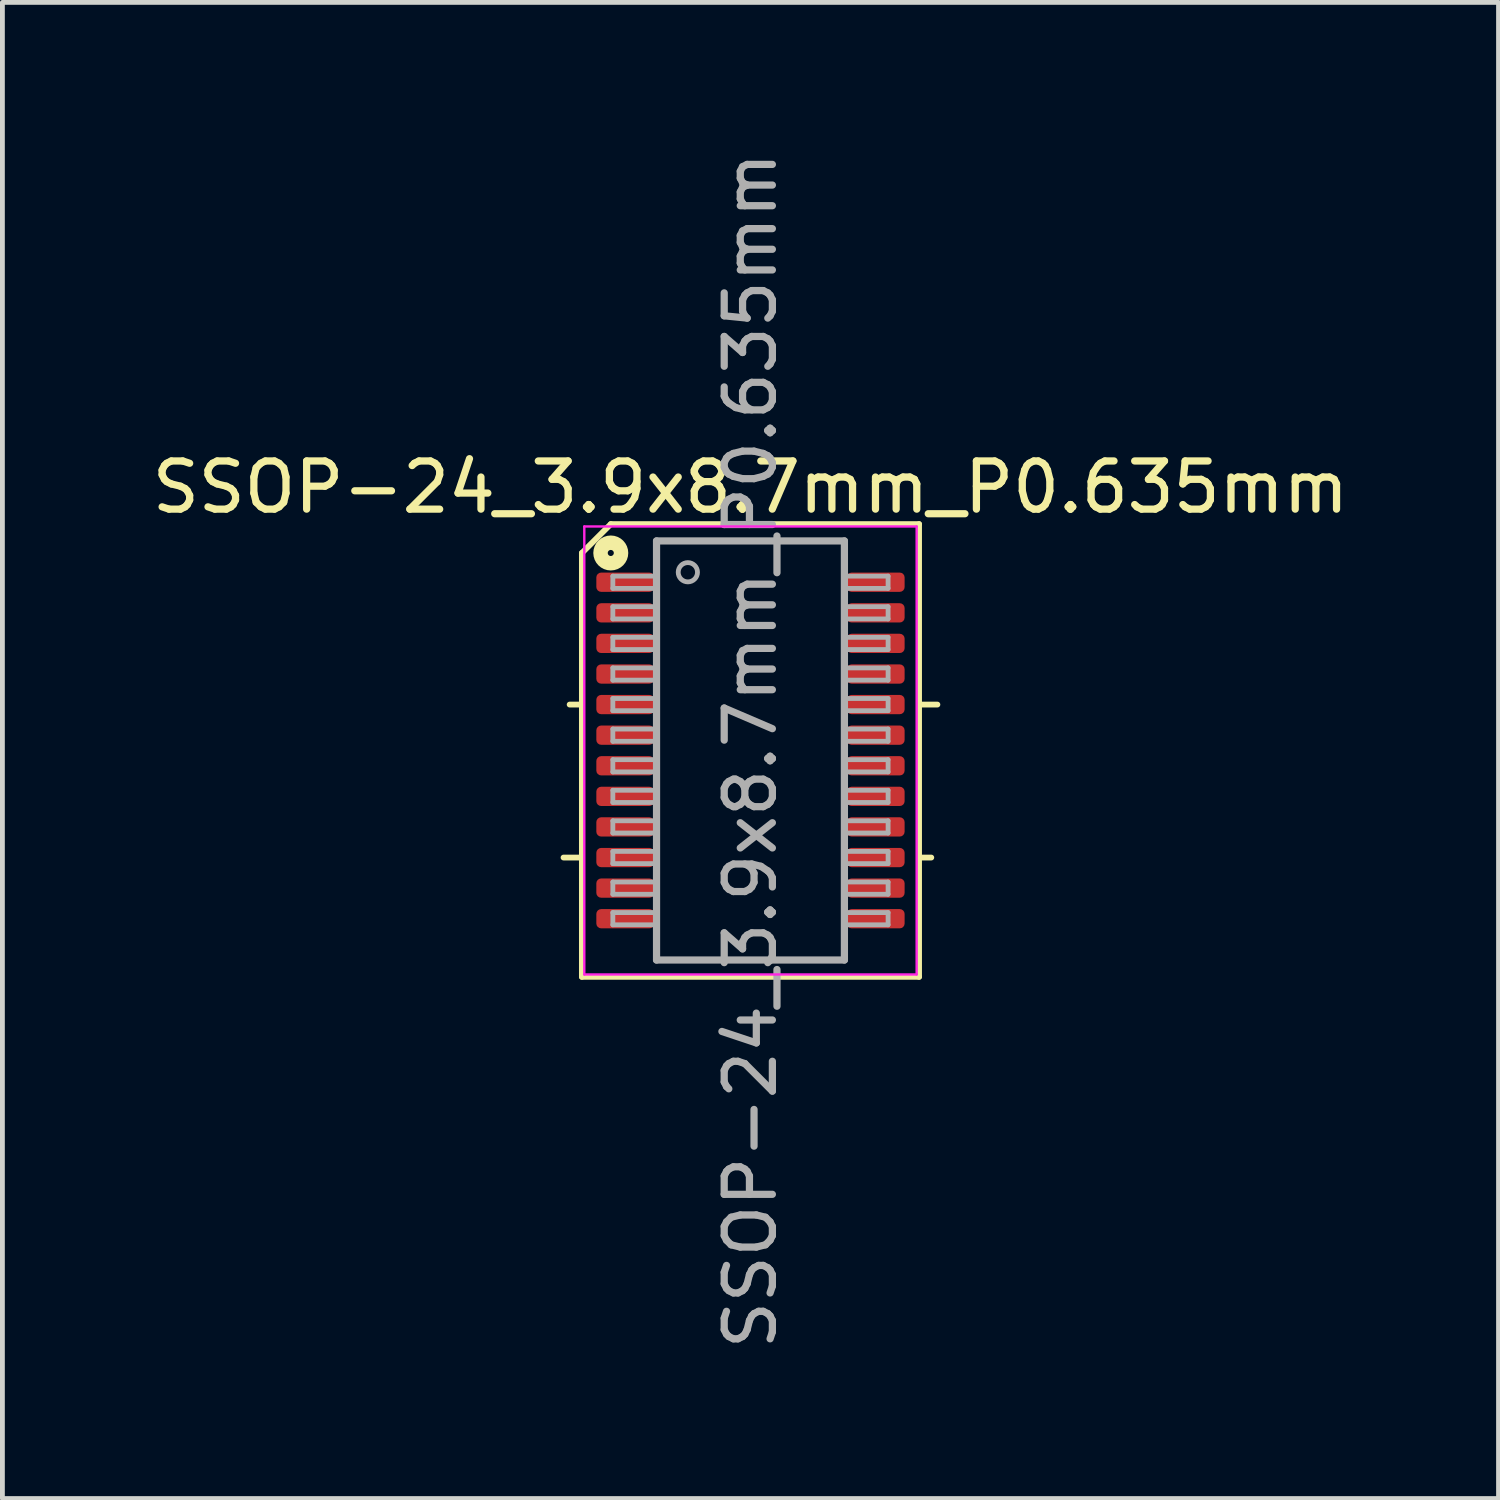
<source format=kicad_pcb>
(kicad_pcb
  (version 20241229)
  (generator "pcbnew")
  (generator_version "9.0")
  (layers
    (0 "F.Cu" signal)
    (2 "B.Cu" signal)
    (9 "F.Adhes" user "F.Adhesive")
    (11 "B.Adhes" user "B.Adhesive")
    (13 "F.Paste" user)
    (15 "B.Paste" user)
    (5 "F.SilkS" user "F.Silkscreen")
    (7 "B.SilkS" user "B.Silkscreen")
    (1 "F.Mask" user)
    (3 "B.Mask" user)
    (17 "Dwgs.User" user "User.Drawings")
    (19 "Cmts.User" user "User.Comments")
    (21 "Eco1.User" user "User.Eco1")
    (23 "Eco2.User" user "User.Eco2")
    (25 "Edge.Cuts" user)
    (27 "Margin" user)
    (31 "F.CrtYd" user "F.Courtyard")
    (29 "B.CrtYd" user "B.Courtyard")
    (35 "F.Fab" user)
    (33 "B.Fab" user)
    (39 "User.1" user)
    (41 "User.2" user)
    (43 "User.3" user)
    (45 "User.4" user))
  (footprint "SSOP-24_3.9x8.7mm_P0.635mm"
    (layer "F.Cu")
    (at 12.53 12.53)
    (property "Reference" "SSOP-24_3.9x8.7mm_P0.635mm" (at 0 -5.465 0) (layer "F.SilkS") (effects (font (size 1 1) (thickness 0.15))))
    (attr smd)
    (fp_line (start -3.5 -4.1) (end -3.5 4.7) (stroke (width 0.12) (type solid)) (layer "F.SilkS"))
    (fp_line (start -3.5 -4.1) (end -2.9 -4.7) (stroke (width 0.12) (type solid)) (layer "F.SilkS"))
    (fp_line (start -3.5 -0.953) (end -3.754 -0.953) (stroke (width 0.12) (type solid)) (layer "F.SilkS"))
    (fp_line (start -3.5 2.223) (end -3.881 2.223) (stroke (width 0.12) (type solid)) (layer "F.SilkS"))
    (fp_line (start -3.5 4.7) (end 3.5 4.7) (stroke (width 0.12) (type solid)) (layer "F.SilkS"))
    (fp_line (start 3.5 -4.7) (end -2.9 -4.7) (stroke (width 0.12) (type solid)) (layer "F.SilkS"))
    (fp_line (start 3.5 -0.953) (end 3.881 -0.953) (stroke (width 0.12) (type solid)) (layer "F.SilkS"))
    (fp_line (start 3.5 2.223) (end 3.754 2.223) (stroke (width 0.12) (type solid)) (layer "F.SilkS"))
    (fp_line (start 3.5 4.7) (end 3.5 -4.7) (stroke (width 0.12) (type solid)) (layer "F.SilkS"))
    (fp_circle (center -2.9 -4.1) (end -2.837 -4.1) (stroke (width 0.3) (type solid)) (fill no) (layer "F.SilkS"))
    (fp_line (start -3.45 -4.65) (end -3.45 4.65) (stroke (width 0.05) (type solid)) (layer "F.CrtYd"))
    (fp_line (start -3.45 -4.65) (end 3.45 -4.65) (stroke (width 0.05) (type solid)) (layer "F.CrtYd"))
    (fp_line (start -3.45 4.65) (end 3.45 4.65) (stroke (width 0.05) (type solid)) (layer "F.CrtYd"))
    (fp_line (start 3.45 -4.65) (end 3.45 4.65) (stroke (width 0.05) (type solid)) (layer "F.CrtYd"))
    (fp_line (start -2.857 -3.619) (end -2.857 -3.365) (stroke (width 0.1) (type solid)) (layer "F.Fab"))
    (fp_line (start -2.857 -3.619) (end -1.968 -3.619) (stroke (width 0.1) (type solid)) (layer "F.Fab"))
    (fp_line (start -2.857 -3.365) (end -1.968 -3.365) (stroke (width 0.1) (type solid)) (layer "F.Fab"))
    (fp_line (start -2.857 -2.985) (end -2.857 -2.731) (stroke (width 0.1) (type solid)) (layer "F.Fab"))
    (fp_line (start -2.857 -2.985) (end -1.968 -2.985) (stroke (width 0.1) (type solid)) (layer "F.Fab"))
    (fp_line (start -2.857 -2.731) (end -1.968 -2.731) (stroke (width 0.1) (type solid)) (layer "F.Fab"))
    (fp_line (start -2.857 -2.349) (end -2.857 -2.095) (stroke (width 0.1) (type solid)) (layer "F.Fab"))
    (fp_line (start -2.857 -2.349) (end -1.968 -2.349) (stroke (width 0.1) (type solid)) (layer "F.Fab"))
    (fp_line (start -2.857 -2.095) (end -1.968 -2.095) (stroke (width 0.1) (type solid)) (layer "F.Fab"))
    (fp_line (start -2.857 -1.714) (end -2.857 -1.46) (stroke (width 0.1) (type solid)) (layer "F.Fab"))
    (fp_line (start -2.857 -1.714) (end -1.968 -1.714) (stroke (width 0.1) (type solid)) (layer "F.Fab"))
    (fp_line (start -2.857 -1.46) (end -1.968 -1.46) (stroke (width 0.1) (type solid)) (layer "F.Fab"))
    (fp_line (start -2.857 -1.079) (end -2.857 -0.826) (stroke (width 0.1) (type solid)) (layer "F.Fab"))
    (fp_line (start -2.857 -1.079) (end -1.968 -1.079) (stroke (width 0.1) (type solid)) (layer "F.Fab"))
    (fp_line (start -2.857 -0.826) (end -1.968 -0.826) (stroke (width 0.1) (type solid)) (layer "F.Fab"))
    (fp_line (start -2.857 -0.445) (end -2.857 -0.191) (stroke (width 0.1) (type solid)) (layer "F.Fab"))
    (fp_line (start -2.857 -0.445) (end -1.968 -0.445) (stroke (width 0.1) (type solid)) (layer "F.Fab"))
    (fp_line (start -2.857 -0.191) (end -1.968 -0.191) (stroke (width 0.1) (type solid)) (layer "F.Fab"))
    (fp_line (start -2.857 0.191) (end -2.857 0.445) (stroke (width 0.1) (type solid)) (layer "F.Fab"))
    (fp_line (start -2.857 0.191) (end -1.968 0.191) (stroke (width 0.1) (type solid)) (layer "F.Fab"))
    (fp_line (start -2.857 0.445) (end -1.968 0.445) (stroke (width 0.1) (type solid)) (layer "F.Fab"))
    (fp_line (start -2.857 0.826) (end -2.857 1.079) (stroke (width 0.1) (type solid)) (layer "F.Fab"))
    (fp_line (start -2.857 0.826) (end -1.968 0.826) (stroke (width 0.1) (type solid)) (layer "F.Fab"))
    (fp_line (start -2.857 1.079) (end -1.968 1.079) (stroke (width 0.1) (type solid)) (layer "F.Fab"))
    (fp_line (start -2.857 1.46) (end -2.857 1.714) (stroke (width 0.1) (type solid)) (layer "F.Fab"))
    (fp_line (start -2.857 1.46) (end -1.968 1.46) (stroke (width 0.1) (type solid)) (layer "F.Fab"))
    (fp_line (start -2.857 1.714) (end -1.968 1.714) (stroke (width 0.1) (type solid)) (layer "F.Fab"))
    (fp_line (start -2.857 2.095) (end -2.857 2.349) (stroke (width 0.1) (type solid)) (layer "F.Fab"))
    (fp_line (start -2.857 2.095) (end -1.968 2.095) (stroke (width 0.1) (type solid)) (layer "F.Fab"))
    (fp_line (start -2.857 2.349) (end -1.968 2.349) (stroke (width 0.1) (type solid)) (layer "F.Fab"))
    (fp_line (start -2.857 2.731) (end -2.857 2.985) (stroke (width 0.1) (type solid)) (layer "F.Fab"))
    (fp_line (start -2.857 2.731) (end -1.968 2.731) (stroke (width 0.1) (type solid)) (layer "F.Fab"))
    (fp_line (start -2.857 2.985) (end -1.968 2.985) (stroke (width 0.1) (type solid)) (layer "F.Fab"))
    (fp_line (start -2.857 3.365) (end -2.857 3.619) (stroke (width 0.1) (type solid)) (layer "F.Fab"))
    (fp_line (start -2.857 3.365) (end -1.968 3.365) (stroke (width 0.1) (type solid)) (layer "F.Fab"))
    (fp_line (start -2.857 3.619) (end -1.968 3.619) (stroke (width 0.1) (type solid)) (layer "F.Fab"))
    (fp_line (start -1.95 -4.35) (end 1.95 -4.35) (stroke (width 0.15) (type solid)) (layer "F.Fab"))
    (fp_line (start -1.95 4.35) (end -1.95 -4.35) (stroke (width 0.15) (type solid)) (layer "F.Fab"))
    (fp_line (start 1.95 -4.35) (end 1.95 4.35) (stroke (width 0.15) (type solid)) (layer "F.Fab"))
    (fp_line (start 1.95 4.35) (end -1.95 4.35) (stroke (width 0.15) (type solid)) (layer "F.Fab"))
    (fp_line (start 2.857 -3.619) (end 1.968 -3.619) (stroke (width 0.1) (type solid)) (layer "F.Fab"))
    (fp_line (start 2.857 -3.365) (end 1.968 -3.365) (stroke (width 0.1) (type solid)) (layer "F.Fab"))
    (fp_line (start 2.857 -3.365) (end 2.857 -3.619) (stroke (width 0.1) (type solid)) (layer "F.Fab"))
    (fp_line (start 2.857 -2.985) (end 1.968 -2.985) (stroke (width 0.1) (type solid)) (layer "F.Fab"))
    (fp_line (start 2.857 -2.731) (end 1.968 -2.731) (stroke (width 0.1) (type solid)) (layer "F.Fab"))
    (fp_line (start 2.857 -2.731) (end 2.857 -2.985) (stroke (width 0.1) (type solid)) (layer "F.Fab"))
    (fp_line (start 2.857 -2.349) (end 1.968 -2.349) (stroke (width 0.1) (type solid)) (layer "F.Fab"))
    (fp_line (start 2.857 -2.095) (end 1.968 -2.095) (stroke (width 0.1) (type solid)) (layer "F.Fab"))
    (fp_line (start 2.857 -2.095) (end 2.857 -2.349) (stroke (width 0.1) (type solid)) (layer "F.Fab"))
    (fp_line (start 2.857 -1.714) (end 1.968 -1.714) (stroke (width 0.1) (type solid)) (layer "F.Fab"))
    (fp_line (start 2.857 -1.46) (end 1.968 -1.46) (stroke (width 0.1) (type solid)) (layer "F.Fab"))
    (fp_line (start 2.857 -1.46) (end 2.857 -1.714) (stroke (width 0.1) (type solid)) (layer "F.Fab"))
    (fp_line (start 2.857 -1.079) (end 1.968 -1.079) (stroke (width 0.1) (type solid)) (layer "F.Fab"))
    (fp_line (start 2.857 -0.826) (end 1.968 -0.826) (stroke (width 0.1) (type solid)) (layer "F.Fab"))
    (fp_line (start 2.857 -0.826) (end 2.857 -1.079) (stroke (width 0.1) (type solid)) (layer "F.Fab"))
    (fp_line (start 2.857 -0.445) (end 1.968 -0.445) (stroke (width 0.1) (type solid)) (layer "F.Fab"))
    (fp_line (start 2.857 -0.191) (end 1.968 -0.191) (stroke (width 0.1) (type solid)) (layer "F.Fab"))
    (fp_line (start 2.857 -0.191) (end 2.857 -0.445) (stroke (width 0.1) (type solid)) (layer "F.Fab"))
    (fp_line (start 2.857 0.191) (end 1.968 0.191) (stroke (width 0.1) (type solid)) (layer "F.Fab"))
    (fp_line (start 2.857 0.445) (end 1.968 0.445) (stroke (width 0.1) (type solid)) (layer "F.Fab"))
    (fp_line (start 2.857 0.445) (end 2.857 0.191) (stroke (width 0.1) (type solid)) (layer "F.Fab"))
    (fp_line (start 2.857 0.826) (end 1.968 0.826) (stroke (width 0.1) (type solid)) (layer "F.Fab"))
    (fp_line (start 2.857 1.079) (end 1.968 1.079) (stroke (width 0.1) (type solid)) (layer "F.Fab"))
    (fp_line (start 2.857 1.079) (end 2.857 0.826) (stroke (width 0.1) (type solid)) (layer "F.Fab"))
    (fp_line (start 2.857 1.46) (end 1.968 1.46) (stroke (width 0.1) (type solid)) (layer "F.Fab"))
    (fp_line (start 2.857 1.714) (end 1.968 1.714) (stroke (width 0.1) (type solid)) (layer "F.Fab"))
    (fp_line (start 2.857 1.714) (end 2.857 1.46) (stroke (width 0.1) (type solid)) (layer "F.Fab"))
    (fp_line (start 2.857 2.095) (end 1.968 2.095) (stroke (width 0.1) (type solid)) (layer "F.Fab"))
    (fp_line (start 2.857 2.349) (end 1.968 2.349) (stroke (width 0.1) (type solid)) (layer "F.Fab"))
    (fp_line (start 2.857 2.349) (end 2.857 2.095) (stroke (width 0.1) (type solid)) (layer "F.Fab"))
    (fp_line (start 2.857 2.731) (end 1.968 2.731) (stroke (width 0.1) (type solid)) (layer "F.Fab"))
    (fp_line (start 2.857 2.985) (end 1.968 2.985) (stroke (width 0.1) (type solid)) (layer "F.Fab"))
    (fp_line (start 2.857 2.985) (end 2.857 2.731) (stroke (width 0.1) (type solid)) (layer "F.Fab"))
    (fp_line (start 2.857 3.365) (end 1.968 3.365) (stroke (width 0.1) (type solid)) (layer "F.Fab"))
    (fp_line (start 2.857 3.619) (end 1.968 3.619) (stroke (width 0.1) (type solid)) (layer "F.Fab"))
    (fp_line (start 2.857 3.619) (end 2.857 3.365) (stroke (width 0.1) (type solid)) (layer "F.Fab"))
    (fp_circle (center -1.3 -3.7) (end -1.1 -3.7) (stroke (width 0.1) (type solid)) (fill no) (layer "F.Fab"))
    (fp_text user "${REFERENCE}" (at 0 0 90) (layer "F.Fab") (effects (font (size 1 1) (thickness 0.15))))
    (pad "1" smd roundrect (at -2.6 -3.493) (size 1.2 0.4) (layers "F.Cu" "F.Mask" "F.Paste") (roundrect_rratio 0.25))
    (pad "2" smd roundrect (at -2.6 -2.857) (size 1.2 0.4) (layers "F.Cu" "F.Mask" "F.Paste") (roundrect_rratio 0.25))
    (pad "3" smd roundrect (at -2.6 -2.223) (size 1.2 0.4) (layers "F.Cu" "F.Mask" "F.Paste") (roundrect_rratio 0.25))
    (pad "4" smd roundrect (at -2.6 -1.587) (size 1.2 0.4) (layers "F.Cu" "F.Mask" "F.Paste") (roundrect_rratio 0.25))
    (pad "5" smd roundrect (at -2.6 -0.953) (size 1.2 0.4) (layers "F.Cu" "F.Mask" "F.Paste") (roundrect_rratio 0.25))
    (pad "6" smd roundrect (at -2.6 -0.318) (size 1.2 0.4) (layers "F.Cu" "F.Mask" "F.Paste") (roundrect_rratio 0.25))
    (pad "7" smd roundrect (at -2.6 0.318) (size 1.2 0.4) (layers "F.Cu" "F.Mask" "F.Paste") (roundrect_rratio 0.25))
    (pad "8" smd roundrect (at -2.6 0.953) (size 1.2 0.4) (layers "F.Cu" "F.Mask" "F.Paste") (roundrect_rratio 0.25))
    (pad "9" smd roundrect (at -2.6 1.587) (size 1.2 0.4) (layers "F.Cu" "F.Mask" "F.Paste") (roundrect_rratio 0.25))
    (pad "10" smd roundrect (at -2.6 2.223) (size 1.2 0.4) (layers "F.Cu" "F.Mask" "F.Paste") (roundrect_rratio 0.25))
    (pad "11" smd roundrect (at -2.6 2.857) (size 1.2 0.4) (layers "F.Cu" "F.Mask" "F.Paste") (roundrect_rratio 0.25))
    (pad "12" smd roundrect (at -2.6 3.493) (size 1.2 0.4) (layers "F.Cu" "F.Mask" "F.Paste") (roundrect_rratio 0.25))
    (pad "13" smd roundrect (at 2.6 3.493) (size 1.2 0.4) (layers "F.Cu" "F.Mask" "F.Paste") (roundrect_rratio 0.25))
    (pad "14" smd roundrect (at 2.6 2.857) (size 1.2 0.4) (layers "F.Cu" "F.Mask" "F.Paste") (roundrect_rratio 0.25))
    (pad "15" smd roundrect (at 2.6 2.223) (size 1.2 0.4) (layers "F.Cu" "F.Mask" "F.Paste") (roundrect_rratio 0.25))
    (pad "16" smd roundrect (at 2.6 1.587) (size 1.2 0.4) (layers "F.Cu" "F.Mask" "F.Paste") (roundrect_rratio 0.25))
    (pad "17" smd roundrect (at 2.6 0.953) (size 1.2 0.4) (layers "F.Cu" "F.Mask" "F.Paste") (roundrect_rratio 0.25))
    (pad "18" smd roundrect (at 2.6 0.318) (size 1.2 0.4) (layers "F.Cu" "F.Mask" "F.Paste") (roundrect_rratio 0.25))
    (pad "19" smd roundrect (at 2.6 -0.318) (size 1.2 0.4) (layers "F.Cu" "F.Mask" "F.Paste") (roundrect_rratio 0.25))
    (pad "20" smd roundrect (at 2.6 -0.953) (size 1.2 0.4) (layers "F.Cu" "F.Mask" "F.Paste") (roundrect_rratio 0.25))
    (pad "21" smd roundrect (at 2.6 -1.587) (size 1.2 0.4) (layers "F.Cu" "F.Mask" "F.Paste") (roundrect_rratio 0.25))
    (pad "22" smd roundrect (at 2.6 -2.223) (size 1.2 0.4) (layers "F.Cu" "F.Mask" "F.Paste") (roundrect_rratio 0.25))
    (pad "23" smd roundrect (at 2.6 -2.857) (size 1.2 0.4) (layers "F.Cu" "F.Mask" "F.Paste") (roundrect_rratio 0.25))
    (pad "24" smd roundrect (at 2.6 -3.493) (size 1.2 0.4) (layers "F.Cu" "F.Mask" "F.Paste") (roundrect_rratio 0.25)))
  (gr_rect
    (start -3 -3)
    (end 28.06 28.06)
    (stroke (width 0.1) (type default))
    (fill no)
    (layer "Edge.Cuts")))
</source>
